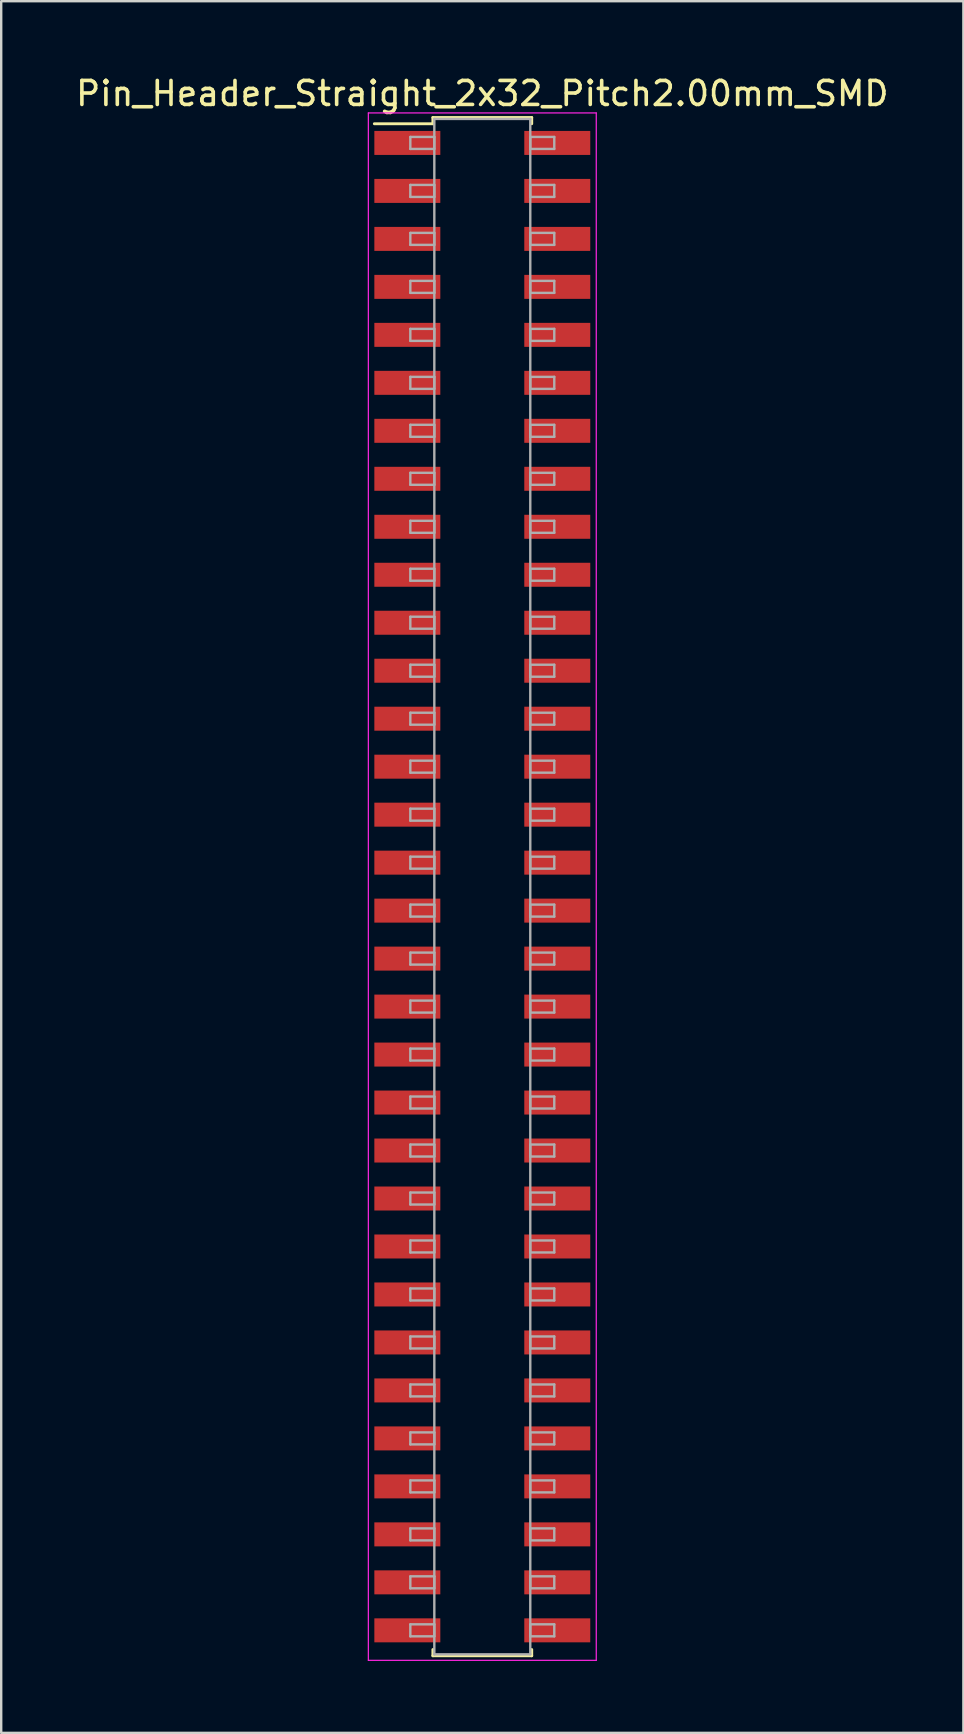
<source format=kicad_pcb>
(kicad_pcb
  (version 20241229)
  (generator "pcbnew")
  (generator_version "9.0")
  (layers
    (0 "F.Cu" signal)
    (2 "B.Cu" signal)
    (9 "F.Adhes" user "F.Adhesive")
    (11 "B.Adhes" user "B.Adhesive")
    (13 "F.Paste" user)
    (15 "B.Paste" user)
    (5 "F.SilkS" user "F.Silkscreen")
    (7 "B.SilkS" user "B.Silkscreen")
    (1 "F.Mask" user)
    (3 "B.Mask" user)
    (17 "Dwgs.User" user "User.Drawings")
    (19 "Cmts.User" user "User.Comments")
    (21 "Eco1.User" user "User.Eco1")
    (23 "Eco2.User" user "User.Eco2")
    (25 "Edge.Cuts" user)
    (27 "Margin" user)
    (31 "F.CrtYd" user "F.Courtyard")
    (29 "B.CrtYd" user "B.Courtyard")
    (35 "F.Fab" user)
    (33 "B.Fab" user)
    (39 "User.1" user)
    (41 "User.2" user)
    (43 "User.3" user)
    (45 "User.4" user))
  (footprint "Pin_Header_Straight_2x32_Pitch2.00mm_SMD"
    (layer "F.Cu")
    (at 17.054 33.908)
    (property "Reference" "Pin_Header_Straight_2x32_Pitch2.00mm_SMD" (at 0 -33.06 0) (layer "F.SilkS") (effects (font (size 1 1) (thickness 0.15))))
    (attr smd)
    (fp_line (start -4.5 -31.8) (end -2.06 -31.8) (stroke (width 0.12) (type solid)) (layer "F.SilkS"))
    (fp_line (start -2.06 -32.06) (end 2.06 -32.06) (stroke (width 0.12) (type solid)) (layer "F.SilkS"))
    (fp_line (start -2.06 -31.8) (end -2.06 -32.06) (stroke (width 0.12) (type solid)) (layer "F.SilkS"))
    (fp_line (start -2.06 31.8) (end -2.06 32.06) (stroke (width 0.12) (type solid)) (layer "F.SilkS"))
    (fp_line (start -2.06 32.06) (end 2.06 32.06) (stroke (width 0.12) (type solid)) (layer "F.SilkS"))
    (fp_line (start 2.06 -32.06) (end 2.06 -31.8) (stroke (width 0.12) (type solid)) (layer "F.SilkS"))
    (fp_line (start 2.06 32.06) (end 2.06 31.8) (stroke (width 0.12) (type solid)) (layer "F.SilkS"))
    (fp_line (start -4.75 -32.25) (end -4.75 32.25) (stroke (width 0.05) (type solid)) (layer "F.CrtYd"))
    (fp_line (start -4.75 32.25) (end 4.75 32.25) (stroke (width 0.05) (type solid)) (layer "F.CrtYd"))
    (fp_line (start 4.75 -32.25) (end -4.75 -32.25) (stroke (width 0.05) (type solid)) (layer "F.CrtYd"))
    (fp_line (start 4.75 32.25) (end 4.75 -32.25) (stroke (width 0.05) (type solid)) (layer "F.CrtYd"))
    (fp_line (start -3 -31.25) (end -2 -31.25) (stroke (width 0.1) (type solid)) (layer "F.Fab"))
    (fp_line (start -3 -30.75) (end -3 -31.25) (stroke (width 0.1) (type solid)) (layer "F.Fab"))
    (fp_line (start -3 -29.25) (end -2 -29.25) (stroke (width 0.1) (type solid)) (layer "F.Fab"))
    (fp_line (start -3 -28.75) (end -3 -29.25) (stroke (width 0.1) (type solid)) (layer "F.Fab"))
    (fp_line (start -3 -27.25) (end -2 -27.25) (stroke (width 0.1) (type solid)) (layer "F.Fab"))
    (fp_line (start -3 -26.75) (end -3 -27.25) (stroke (width 0.1) (type solid)) (layer "F.Fab"))
    (fp_line (start -3 -25.25) (end -2 -25.25) (stroke (width 0.1) (type solid)) (layer "F.Fab"))
    (fp_line (start -3 -24.75) (end -3 -25.25) (stroke (width 0.1) (type solid)) (layer "F.Fab"))
    (fp_line (start -3 -23.25) (end -2 -23.25) (stroke (width 0.1) (type solid)) (layer "F.Fab"))
    (fp_line (start -3 -22.75) (end -3 -23.25) (stroke (width 0.1) (type solid)) (layer "F.Fab"))
    (fp_line (start -3 -21.25) (end -2 -21.25) (stroke (width 0.1) (type solid)) (layer "F.Fab"))
    (fp_line (start -3 -20.75) (end -3 -21.25) (stroke (width 0.1) (type solid)) (layer "F.Fab"))
    (fp_line (start -3 -19.25) (end -2 -19.25) (stroke (width 0.1) (type solid)) (layer "F.Fab"))
    (fp_line (start -3 -18.75) (end -3 -19.25) (stroke (width 0.1) (type solid)) (layer "F.Fab"))
    (fp_line (start -3 -17.25) (end -2 -17.25) (stroke (width 0.1) (type solid)) (layer "F.Fab"))
    (fp_line (start -3 -16.75) (end -3 -17.25) (stroke (width 0.1) (type solid)) (layer "F.Fab"))
    (fp_line (start -3 -15.25) (end -2 -15.25) (stroke (width 0.1) (type solid)) (layer "F.Fab"))
    (fp_line (start -3 -14.75) (end -3 -15.25) (stroke (width 0.1) (type solid)) (layer "F.Fab"))
    (fp_line (start -3 -13.25) (end -2 -13.25) (stroke (width 0.1) (type solid)) (layer "F.Fab"))
    (fp_line (start -3 -12.75) (end -3 -13.25) (stroke (width 0.1) (type solid)) (layer "F.Fab"))
    (fp_line (start -3 -11.25) (end -2 -11.25) (stroke (width 0.1) (type solid)) (layer "F.Fab"))
    (fp_line (start -3 -10.75) (end -3 -11.25) (stroke (width 0.1) (type solid)) (layer "F.Fab"))
    (fp_line (start -3 -9.25) (end -2 -9.25) (stroke (width 0.1) (type solid)) (layer "F.Fab"))
    (fp_line (start -3 -8.75) (end -3 -9.25) (stroke (width 0.1) (type solid)) (layer "F.Fab"))
    (fp_line (start -3 -7.25) (end -2 -7.25) (stroke (width 0.1) (type solid)) (layer "F.Fab"))
    (fp_line (start -3 -6.75) (end -3 -7.25) (stroke (width 0.1) (type solid)) (layer "F.Fab"))
    (fp_line (start -3 -5.25) (end -2 -5.25) (stroke (width 0.1) (type solid)) (layer "F.Fab"))
    (fp_line (start -3 -4.75) (end -3 -5.25) (stroke (width 0.1) (type solid)) (layer "F.Fab"))
    (fp_line (start -3 -3.25) (end -2 -3.25) (stroke (width 0.1) (type solid)) (layer "F.Fab"))
    (fp_line (start -3 -2.75) (end -3 -3.25) (stroke (width 0.1) (type solid)) (layer "F.Fab"))
    (fp_line (start -3 -1.25) (end -2 -1.25) (stroke (width 0.1) (type solid)) (layer "F.Fab"))
    (fp_line (start -3 -0.75) (end -3 -1.25) (stroke (width 0.1) (type solid)) (layer "F.Fab"))
    (fp_line (start -3 0.75) (end -2 0.75) (stroke (width 0.1) (type solid)) (layer "F.Fab"))
    (fp_line (start -3 1.25) (end -3 0.75) (stroke (width 0.1) (type solid)) (layer "F.Fab"))
    (fp_line (start -3 2.75) (end -2 2.75) (stroke (width 0.1) (type solid)) (layer "F.Fab"))
    (fp_line (start -3 3.25) (end -3 2.75) (stroke (width 0.1) (type solid)) (layer "F.Fab"))
    (fp_line (start -3 4.75) (end -2 4.75) (stroke (width 0.1) (type solid)) (layer "F.Fab"))
    (fp_line (start -3 5.25) (end -3 4.75) (stroke (width 0.1) (type solid)) (layer "F.Fab"))
    (fp_line (start -3 6.75) (end -2 6.75) (stroke (width 0.1) (type solid)) (layer "F.Fab"))
    (fp_line (start -3 7.25) (end -3 6.75) (stroke (width 0.1) (type solid)) (layer "F.Fab"))
    (fp_line (start -3 8.75) (end -2 8.75) (stroke (width 0.1) (type solid)) (layer "F.Fab"))
    (fp_line (start -3 9.25) (end -3 8.75) (stroke (width 0.1) (type solid)) (layer "F.Fab"))
    (fp_line (start -3 10.75) (end -2 10.75) (stroke (width 0.1) (type solid)) (layer "F.Fab"))
    (fp_line (start -3 11.25) (end -3 10.75) (stroke (width 0.1) (type solid)) (layer "F.Fab"))
    (fp_line (start -3 12.75) (end -2 12.75) (stroke (width 0.1) (type solid)) (layer "F.Fab"))
    (fp_line (start -3 13.25) (end -3 12.75) (stroke (width 0.1) (type solid)) (layer "F.Fab"))
    (fp_line (start -3 14.75) (end -2 14.75) (stroke (width 0.1) (type solid)) (layer "F.Fab"))
    (fp_line (start -3 15.25) (end -3 14.75) (stroke (width 0.1) (type solid)) (layer "F.Fab"))
    (fp_line (start -3 16.75) (end -2 16.75) (stroke (width 0.1) (type solid)) (layer "F.Fab"))
    (fp_line (start -3 17.25) (end -3 16.75) (stroke (width 0.1) (type solid)) (layer "F.Fab"))
    (fp_line (start -3 18.75) (end -2 18.75) (stroke (width 0.1) (type solid)) (layer "F.Fab"))
    (fp_line (start -3 19.25) (end -3 18.75) (stroke (width 0.1) (type solid)) (layer "F.Fab"))
    (fp_line (start -3 20.75) (end -2 20.75) (stroke (width 0.1) (type solid)) (layer "F.Fab"))
    (fp_line (start -3 21.25) (end -3 20.75) (stroke (width 0.1) (type solid)) (layer "F.Fab"))
    (fp_line (start -3 22.75) (end -2 22.75) (stroke (width 0.1) (type solid)) (layer "F.Fab"))
    (fp_line (start -3 23.25) (end -3 22.75) (stroke (width 0.1) (type solid)) (layer "F.Fab"))
    (fp_line (start -3 24.75) (end -2 24.75) (stroke (width 0.1) (type solid)) (layer "F.Fab"))
    (fp_line (start -3 25.25) (end -3 24.75) (stroke (width 0.1) (type solid)) (layer "F.Fab"))
    (fp_line (start -3 26.75) (end -2 26.75) (stroke (width 0.1) (type solid)) (layer "F.Fab"))
    (fp_line (start -3 27.25) (end -3 26.75) (stroke (width 0.1) (type solid)) (layer "F.Fab"))
    (fp_line (start -3 28.75) (end -2 28.75) (stroke (width 0.1) (type solid)) (layer "F.Fab"))
    (fp_line (start -3 29.25) (end -3 28.75) (stroke (width 0.1) (type solid)) (layer "F.Fab"))
    (fp_line (start -3 30.75) (end -2 30.75) (stroke (width 0.1) (type solid)) (layer "F.Fab"))
    (fp_line (start -3 31.25) (end -3 30.75) (stroke (width 0.1) (type solid)) (layer "F.Fab"))
    (fp_line (start -2 -32) (end -2 32) (stroke (width 0.1) (type solid)) (layer "F.Fab"))
    (fp_line (start -2 -31.25) (end -2 -30.75) (stroke (width 0.1) (type solid)) (layer "F.Fab"))
    (fp_line (start -2 -30.75) (end -3 -30.75) (stroke (width 0.1) (type solid)) (layer "F.Fab"))
    (fp_line (start -2 -29.25) (end -2 -28.75) (stroke (width 0.1) (type solid)) (layer "F.Fab"))
    (fp_line (start -2 -28.75) (end -3 -28.75) (stroke (width 0.1) (type solid)) (layer "F.Fab"))
    (fp_line (start -2 -27.25) (end -2 -26.75) (stroke (width 0.1) (type solid)) (layer "F.Fab"))
    (fp_line (start -2 -26.75) (end -3 -26.75) (stroke (width 0.1) (type solid)) (layer "F.Fab"))
    (fp_line (start -2 -25.25) (end -2 -24.75) (stroke (width 0.1) (type solid)) (layer "F.Fab"))
    (fp_line (start -2 -24.75) (end -3 -24.75) (stroke (width 0.1) (type solid)) (layer "F.Fab"))
    (fp_line (start -2 -23.25) (end -2 -22.75) (stroke (width 0.1) (type solid)) (layer "F.Fab"))
    (fp_line (start -2 -22.75) (end -3 -22.75) (stroke (width 0.1) (type solid)) (layer "F.Fab"))
    (fp_line (start -2 -21.25) (end -2 -20.75) (stroke (width 0.1) (type solid)) (layer "F.Fab"))
    (fp_line (start -2 -20.75) (end -3 -20.75) (stroke (width 0.1) (type solid)) (layer "F.Fab"))
    (fp_line (start -2 -19.25) (end -2 -18.75) (stroke (width 0.1) (type solid)) (layer "F.Fab"))
    (fp_line (start -2 -18.75) (end -3 -18.75) (stroke (width 0.1) (type solid)) (layer "F.Fab"))
    (fp_line (start -2 -17.25) (end -2 -16.75) (stroke (width 0.1) (type solid)) (layer "F.Fab"))
    (fp_line (start -2 -16.75) (end -3 -16.75) (stroke (width 0.1) (type solid)) (layer "F.Fab"))
    (fp_line (start -2 -15.25) (end -2 -14.75) (stroke (width 0.1) (type solid)) (layer "F.Fab"))
    (fp_line (start -2 -14.75) (end -3 -14.75) (stroke (width 0.1) (type solid)) (layer "F.Fab"))
    (fp_line (start -2 -13.25) (end -2 -12.75) (stroke (width 0.1) (type solid)) (layer "F.Fab"))
    (fp_line (start -2 -12.75) (end -3 -12.75) (stroke (width 0.1) (type solid)) (layer "F.Fab"))
    (fp_line (start -2 -11.25) (end -2 -10.75) (stroke (width 0.1) (type solid)) (layer "F.Fab"))
    (fp_line (start -2 -10.75) (end -3 -10.75) (stroke (width 0.1) (type solid)) (layer "F.Fab"))
    (fp_line (start -2 -9.25) (end -2 -8.75) (stroke (width 0.1) (type solid)) (layer "F.Fab"))
    (fp_line (start -2 -8.75) (end -3 -8.75) (stroke (width 0.1) (type solid)) (layer "F.Fab"))
    (fp_line (start -2 -7.25) (end -2 -6.75) (stroke (width 0.1) (type solid)) (layer "F.Fab"))
    (fp_line (start -2 -6.75) (end -3 -6.75) (stroke (width 0.1) (type solid)) (layer "F.Fab"))
    (fp_line (start -2 -5.25) (end -2 -4.75) (stroke (width 0.1) (type solid)) (layer "F.Fab"))
    (fp_line (start -2 -4.75) (end -3 -4.75) (stroke (width 0.1) (type solid)) (layer "F.Fab"))
    (fp_line (start -2 -3.25) (end -2 -2.75) (stroke (width 0.1) (type solid)) (layer "F.Fab"))
    (fp_line (start -2 -2.75) (end -3 -2.75) (stroke (width 0.1) (type solid)) (layer "F.Fab"))
    (fp_line (start -2 -1.25) (end -2 -0.75) (stroke (width 0.1) (type solid)) (layer "F.Fab"))
    (fp_line (start -2 -0.75) (end -3 -0.75) (stroke (width 0.1) (type solid)) (layer "F.Fab"))
    (fp_line (start -2 0.75) (end -2 1.25) (stroke (width 0.1) (type solid)) (layer "F.Fab"))
    (fp_line (start -2 1.25) (end -3 1.25) (stroke (width 0.1) (type solid)) (layer "F.Fab"))
    (fp_line (start -2 2.75) (end -2 3.25) (stroke (width 0.1) (type solid)) (layer "F.Fab"))
    (fp_line (start -2 3.25) (end -3 3.25) (stroke (width 0.1) (type solid)) (layer "F.Fab"))
    (fp_line (start -2 4.75) (end -2 5.25) (stroke (width 0.1) (type solid)) (layer "F.Fab"))
    (fp_line (start -2 5.25) (end -3 5.25) (stroke (width 0.1) (type solid)) (layer "F.Fab"))
    (fp_line (start -2 6.75) (end -2 7.25) (stroke (width 0.1) (type solid)) (layer "F.Fab"))
    (fp_line (start -2 7.25) (end -3 7.25) (stroke (width 0.1) (type solid)) (layer "F.Fab"))
    (fp_line (start -2 8.75) (end -2 9.25) (stroke (width 0.1) (type solid)) (layer "F.Fab"))
    (fp_line (start -2 9.25) (end -3 9.25) (stroke (width 0.1) (type solid)) (layer "F.Fab"))
    (fp_line (start -2 10.75) (end -2 11.25) (stroke (width 0.1) (type solid)) (layer "F.Fab"))
    (fp_line (start -2 11.25) (end -3 11.25) (stroke (width 0.1) (type solid)) (layer "F.Fab"))
    (fp_line (start -2 12.75) (end -2 13.25) (stroke (width 0.1) (type solid)) (layer "F.Fab"))
    (fp_line (start -2 13.25) (end -3 13.25) (stroke (width 0.1) (type solid)) (layer "F.Fab"))
    (fp_line (start -2 14.75) (end -2 15.25) (stroke (width 0.1) (type solid)) (layer "F.Fab"))
    (fp_line (start -2 15.25) (end -3 15.25) (stroke (width 0.1) (type solid)) (layer "F.Fab"))
    (fp_line (start -2 16.75) (end -2 17.25) (stroke (width 0.1) (type solid)) (layer "F.Fab"))
    (fp_line (start -2 17.25) (end -3 17.25) (stroke (width 0.1) (type solid)) (layer "F.Fab"))
    (fp_line (start -2 18.75) (end -2 19.25) (stroke (width 0.1) (type solid)) (layer "F.Fab"))
    (fp_line (start -2 19.25) (end -3 19.25) (stroke (width 0.1) (type solid)) (layer "F.Fab"))
    (fp_line (start -2 20.75) (end -2 21.25) (stroke (width 0.1) (type solid)) (layer "F.Fab"))
    (fp_line (start -2 21.25) (end -3 21.25) (stroke (width 0.1) (type solid)) (layer "F.Fab"))
    (fp_line (start -2 22.75) (end -2 23.25) (stroke (width 0.1) (type solid)) (layer "F.Fab"))
    (fp_line (start -2 23.25) (end -3 23.25) (stroke (width 0.1) (type solid)) (layer "F.Fab"))
    (fp_line (start -2 24.75) (end -2 25.25) (stroke (width 0.1) (type solid)) (layer "F.Fab"))
    (fp_line (start -2 25.25) (end -3 25.25) (stroke (width 0.1) (type solid)) (layer "F.Fab"))
    (fp_line (start -2 26.75) (end -2 27.25) (stroke (width 0.1) (type solid)) (layer "F.Fab"))
    (fp_line (start -2 27.25) (end -3 27.25) (stroke (width 0.1) (type solid)) (layer "F.Fab"))
    (fp_line (start -2 28.75) (end -2 29.25) (stroke (width 0.1) (type solid)) (layer "F.Fab"))
    (fp_line (start -2 29.25) (end -3 29.25) (stroke (width 0.1) (type solid)) (layer "F.Fab"))
    (fp_line (start -2 30.75) (end -2 31.25) (stroke (width 0.1) (type solid)) (layer "F.Fab"))
    (fp_line (start -2 31.25) (end -3 31.25) (stroke (width 0.1) (type solid)) (layer "F.Fab"))
    (fp_line (start -2 32) (end 2 32) (stroke (width 0.1) (type solid)) (layer "F.Fab"))
    (fp_line (start 2 -32) (end -2 -32) (stroke (width 0.1) (type solid)) (layer "F.Fab"))
    (fp_line (start 2 -31.25) (end 2 -30.75) (stroke (width 0.1) (type solid)) (layer "F.Fab"))
    (fp_line (start 2 -30.75) (end 3 -30.75) (stroke (width 0.1) (type solid)) (layer "F.Fab"))
    (fp_line (start 2 -29.25) (end 2 -28.75) (stroke (width 0.1) (type solid)) (layer "F.Fab"))
    (fp_line (start 2 -28.75) (end 3 -28.75) (stroke (width 0.1) (type solid)) (layer "F.Fab"))
    (fp_line (start 2 -27.25) (end 2 -26.75) (stroke (width 0.1) (type solid)) (layer "F.Fab"))
    (fp_line (start 2 -26.75) (end 3 -26.75) (stroke (width 0.1) (type solid)) (layer "F.Fab"))
    (fp_line (start 2 -25.25) (end 2 -24.75) (stroke (width 0.1) (type solid)) (layer "F.Fab"))
    (fp_line (start 2 -24.75) (end 3 -24.75) (stroke (width 0.1) (type solid)) (layer "F.Fab"))
    (fp_line (start 2 -23.25) (end 2 -22.75) (stroke (width 0.1) (type solid)) (layer "F.Fab"))
    (fp_line (start 2 -22.75) (end 3 -22.75) (stroke (width 0.1) (type solid)) (layer "F.Fab"))
    (fp_line (start 2 -21.25) (end 2 -20.75) (stroke (width 0.1) (type solid)) (layer "F.Fab"))
    (fp_line (start 2 -20.75) (end 3 -20.75) (stroke (width 0.1) (type solid)) (layer "F.Fab"))
    (fp_line (start 2 -19.25) (end 2 -18.75) (stroke (width 0.1) (type solid)) (layer "F.Fab"))
    (fp_line (start 2 -18.75) (end 3 -18.75) (stroke (width 0.1) (type solid)) (layer "F.Fab"))
    (fp_line (start 2 -17.25) (end 2 -16.75) (stroke (width 0.1) (type solid)) (layer "F.Fab"))
    (fp_line (start 2 -16.75) (end 3 -16.75) (stroke (width 0.1) (type solid)) (layer "F.Fab"))
    (fp_line (start 2 -15.25) (end 2 -14.75) (stroke (width 0.1) (type solid)) (layer "F.Fab"))
    (fp_line (start 2 -14.75) (end 3 -14.75) (stroke (width 0.1) (type solid)) (layer "F.Fab"))
    (fp_line (start 2 -13.25) (end 2 -12.75) (stroke (width 0.1) (type solid)) (layer "F.Fab"))
    (fp_line (start 2 -12.75) (end 3 -12.75) (stroke (width 0.1) (type solid)) (layer "F.Fab"))
    (fp_line (start 2 -11.25) (end 2 -10.75) (stroke (width 0.1) (type solid)) (layer "F.Fab"))
    (fp_line (start 2 -10.75) (end 3 -10.75) (stroke (width 0.1) (type solid)) (layer "F.Fab"))
    (fp_line (start 2 -9.25) (end 2 -8.75) (stroke (width 0.1) (type solid)) (layer "F.Fab"))
    (fp_line (start 2 -8.75) (end 3 -8.75) (stroke (width 0.1) (type solid)) (layer "F.Fab"))
    (fp_line (start 2 -7.25) (end 2 -6.75) (stroke (width 0.1) (type solid)) (layer "F.Fab"))
    (fp_line (start 2 -6.75) (end 3 -6.75) (stroke (width 0.1) (type solid)) (layer "F.Fab"))
    (fp_line (start 2 -5.25) (end 2 -4.75) (stroke (width 0.1) (type solid)) (layer "F.Fab"))
    (fp_line (start 2 -4.75) (end 3 -4.75) (stroke (width 0.1) (type solid)) (layer "F.Fab"))
    (fp_line (start 2 -3.25) (end 2 -2.75) (stroke (width 0.1) (type solid)) (layer "F.Fab"))
    (fp_line (start 2 -2.75) (end 3 -2.75) (stroke (width 0.1) (type solid)) (layer "F.Fab"))
    (fp_line (start 2 -1.25) (end 2 -0.75) (stroke (width 0.1) (type solid)) (layer "F.Fab"))
    (fp_line (start 2 -0.75) (end 3 -0.75) (stroke (width 0.1) (type solid)) (layer "F.Fab"))
    (fp_line (start 2 0.75) (end 2 1.25) (stroke (width 0.1) (type solid)) (layer "F.Fab"))
    (fp_line (start 2 1.25) (end 3 1.25) (stroke (width 0.1) (type solid)) (layer "F.Fab"))
    (fp_line (start 2 2.75) (end 2 3.25) (stroke (width 0.1) (type solid)) (layer "F.Fab"))
    (fp_line (start 2 3.25) (end 3 3.25) (stroke (width 0.1) (type solid)) (layer "F.Fab"))
    (fp_line (start 2 4.75) (end 2 5.25) (stroke (width 0.1) (type solid)) (layer "F.Fab"))
    (fp_line (start 2 5.25) (end 3 5.25) (stroke (width 0.1) (type solid)) (layer "F.Fab"))
    (fp_line (start 2 6.75) (end 2 7.25) (stroke (width 0.1) (type solid)) (layer "F.Fab"))
    (fp_line (start 2 7.25) (end 3 7.25) (stroke (width 0.1) (type solid)) (layer "F.Fab"))
    (fp_line (start 2 8.75) (end 2 9.25) (stroke (width 0.1) (type solid)) (layer "F.Fab"))
    (fp_line (start 2 9.25) (end 3 9.25) (stroke (width 0.1) (type solid)) (layer "F.Fab"))
    (fp_line (start 2 10.75) (end 2 11.25) (stroke (width 0.1) (type solid)) (layer "F.Fab"))
    (fp_line (start 2 11.25) (end 3 11.25) (stroke (width 0.1) (type solid)) (layer "F.Fab"))
    (fp_line (start 2 12.75) (end 2 13.25) (stroke (width 0.1) (type solid)) (layer "F.Fab"))
    (fp_line (start 2 13.25) (end 3 13.25) (stroke (width 0.1) (type solid)) (layer "F.Fab"))
    (fp_line (start 2 14.75) (end 2 15.25) (stroke (width 0.1) (type solid)) (layer "F.Fab"))
    (fp_line (start 2 15.25) (end 3 15.25) (stroke (width 0.1) (type solid)) (layer "F.Fab"))
    (fp_line (start 2 16.75) (end 2 17.25) (stroke (width 0.1) (type solid)) (layer "F.Fab"))
    (fp_line (start 2 17.25) (end 3 17.25) (stroke (width 0.1) (type solid)) (layer "F.Fab"))
    (fp_line (start 2 18.75) (end 2 19.25) (stroke (width 0.1) (type solid)) (layer "F.Fab"))
    (fp_line (start 2 19.25) (end 3 19.25) (stroke (width 0.1) (type solid)) (layer "F.Fab"))
    (fp_line (start 2 20.75) (end 2 21.25) (stroke (width 0.1) (type solid)) (layer "F.Fab"))
    (fp_line (start 2 21.25) (end 3 21.25) (stroke (width 0.1) (type solid)) (layer "F.Fab"))
    (fp_line (start 2 22.75) (end 2 23.25) (stroke (width 0.1) (type solid)) (layer "F.Fab"))
    (fp_line (start 2 23.25) (end 3 23.25) (stroke (width 0.1) (type solid)) (layer "F.Fab"))
    (fp_line (start 2 24.75) (end 2 25.25) (stroke (width 0.1) (type solid)) (layer "F.Fab"))
    (fp_line (start 2 25.25) (end 3 25.25) (stroke (width 0.1) (type solid)) (layer "F.Fab"))
    (fp_line (start 2 26.75) (end 2 27.25) (stroke (width 0.1) (type solid)) (layer "F.Fab"))
    (fp_line (start 2 27.25) (end 3 27.25) (stroke (width 0.1) (type solid)) (layer "F.Fab"))
    (fp_line (start 2 28.75) (end 2 29.25) (stroke (width 0.1) (type solid)) (layer "F.Fab"))
    (fp_line (start 2 29.25) (end 3 29.25) (stroke (width 0.1) (type solid)) (layer "F.Fab"))
    (fp_line (start 2 30.75) (end 2 31.25) (stroke (width 0.1) (type solid)) (layer "F.Fab"))
    (fp_line (start 2 31.25) (end 3 31.25) (stroke (width 0.1) (type solid)) (layer "F.Fab"))
    (fp_line (start 2 32) (end 2 -32) (stroke (width 0.1) (type solid)) (layer "F.Fab"))
    (fp_line (start 3 -31.25) (end 2 -31.25) (stroke (width 0.1) (type solid)) (layer "F.Fab"))
    (fp_line (start 3 -30.75) (end 3 -31.25) (stroke (width 0.1) (type solid)) (layer "F.Fab"))
    (fp_line (start 3 -29.25) (end 2 -29.25) (stroke (width 0.1) (type solid)) (layer "F.Fab"))
    (fp_line (start 3 -28.75) (end 3 -29.25) (stroke (width 0.1) (type solid)) (layer "F.Fab"))
    (fp_line (start 3 -27.25) (end 2 -27.25) (stroke (width 0.1) (type solid)) (layer "F.Fab"))
    (fp_line (start 3 -26.75) (end 3 -27.25) (stroke (width 0.1) (type solid)) (layer "F.Fab"))
    (fp_line (start 3 -25.25) (end 2 -25.25) (stroke (width 0.1) (type solid)) (layer "F.Fab"))
    (fp_line (start 3 -24.75) (end 3 -25.25) (stroke (width 0.1) (type solid)) (layer "F.Fab"))
    (fp_line (start 3 -23.25) (end 2 -23.25) (stroke (width 0.1) (type solid)) (layer "F.Fab"))
    (fp_line (start 3 -22.75) (end 3 -23.25) (stroke (width 0.1) (type solid)) (layer "F.Fab"))
    (fp_line (start 3 -21.25) (end 2 -21.25) (stroke (width 0.1) (type solid)) (layer "F.Fab"))
    (fp_line (start 3 -20.75) (end 3 -21.25) (stroke (width 0.1) (type solid)) (layer "F.Fab"))
    (fp_line (start 3 -19.25) (end 2 -19.25) (stroke (width 0.1) (type solid)) (layer "F.Fab"))
    (fp_line (start 3 -18.75) (end 3 -19.25) (stroke (width 0.1) (type solid)) (layer "F.Fab"))
    (fp_line (start 3 -17.25) (end 2 -17.25) (stroke (width 0.1) (type solid)) (layer "F.Fab"))
    (fp_line (start 3 -16.75) (end 3 -17.25) (stroke (width 0.1) (type solid)) (layer "F.Fab"))
    (fp_line (start 3 -15.25) (end 2 -15.25) (stroke (width 0.1) (type solid)) (layer "F.Fab"))
    (fp_line (start 3 -14.75) (end 3 -15.25) (stroke (width 0.1) (type solid)) (layer "F.Fab"))
    (fp_line (start 3 -13.25) (end 2 -13.25) (stroke (width 0.1) (type solid)) (layer "F.Fab"))
    (fp_line (start 3 -12.75) (end 3 -13.25) (stroke (width 0.1) (type solid)) (layer "F.Fab"))
    (fp_line (start 3 -11.25) (end 2 -11.25) (stroke (width 0.1) (type solid)) (layer "F.Fab"))
    (fp_line (start 3 -10.75) (end 3 -11.25) (stroke (width 0.1) (type solid)) (layer "F.Fab"))
    (fp_line (start 3 -9.25) (end 2 -9.25) (stroke (width 0.1) (type solid)) (layer "F.Fab"))
    (fp_line (start 3 -8.75) (end 3 -9.25) (stroke (width 0.1) (type solid)) (layer "F.Fab"))
    (fp_line (start 3 -7.25) (end 2 -7.25) (stroke (width 0.1) (type solid)) (layer "F.Fab"))
    (fp_line (start 3 -6.75) (end 3 -7.25) (stroke (width 0.1) (type solid)) (layer "F.Fab"))
    (fp_line (start 3 -5.25) (end 2 -5.25) (stroke (width 0.1) (type solid)) (layer "F.Fab"))
    (fp_line (start 3 -4.75) (end 3 -5.25) (stroke (width 0.1) (type solid)) (layer "F.Fab"))
    (fp_line (start 3 -3.25) (end 2 -3.25) (stroke (width 0.1) (type solid)) (layer "F.Fab"))
    (fp_line (start 3 -2.75) (end 3 -3.25) (stroke (width 0.1) (type solid)) (layer "F.Fab"))
    (fp_line (start 3 -1.25) (end 2 -1.25) (stroke (width 0.1) (type solid)) (layer "F.Fab"))
    (fp_line (start 3 -0.75) (end 3 -1.25) (stroke (width 0.1) (type solid)) (layer "F.Fab"))
    (fp_line (start 3 0.75) (end 2 0.75) (stroke (width 0.1) (type solid)) (layer "F.Fab"))
    (fp_line (start 3 1.25) (end 3 0.75) (stroke (width 0.1) (type solid)) (layer "F.Fab"))
    (fp_line (start 3 2.75) (end 2 2.75) (stroke (width 0.1) (type solid)) (layer "F.Fab"))
    (fp_line (start 3 3.25) (end 3 2.75) (stroke (width 0.1) (type solid)) (layer "F.Fab"))
    (fp_line (start 3 4.75) (end 2 4.75) (stroke (width 0.1) (type solid)) (layer "F.Fab"))
    (fp_line (start 3 5.25) (end 3 4.75) (stroke (width 0.1) (type solid)) (layer "F.Fab"))
    (fp_line (start 3 6.75) (end 2 6.75) (stroke (width 0.1) (type solid)) (layer "F.Fab"))
    (fp_line (start 3 7.25) (end 3 6.75) (stroke (width 0.1) (type solid)) (layer "F.Fab"))
    (fp_line (start 3 8.75) (end 2 8.75) (stroke (width 0.1) (type solid)) (layer "F.Fab"))
    (fp_line (start 3 9.25) (end 3 8.75) (stroke (width 0.1) (type solid)) (layer "F.Fab"))
    (fp_line (start 3 10.75) (end 2 10.75) (stroke (width 0.1) (type solid)) (layer "F.Fab"))
    (fp_line (start 3 11.25) (end 3 10.75) (stroke (width 0.1) (type solid)) (layer "F.Fab"))
    (fp_line (start 3 12.75) (end 2 12.75) (stroke (width 0.1) (type solid)) (layer "F.Fab"))
    (fp_line (start 3 13.25) (end 3 12.75) (stroke (width 0.1) (type solid)) (layer "F.Fab"))
    (fp_line (start 3 14.75) (end 2 14.75) (stroke (width 0.1) (type solid)) (layer "F.Fab"))
    (fp_line (start 3 15.25) (end 3 14.75) (stroke (width 0.1) (type solid)) (layer "F.Fab"))
    (fp_line (start 3 16.75) (end 2 16.75) (stroke (width 0.1) (type solid)) (layer "F.Fab"))
    (fp_line (start 3 17.25) (end 3 16.75) (stroke (width 0.1) (type solid)) (layer "F.Fab"))
    (fp_line (start 3 18.75) (end 2 18.75) (stroke (width 0.1) (type solid)) (layer "F.Fab"))
    (fp_line (start 3 19.25) (end 3 18.75) (stroke (width 0.1) (type solid)) (layer "F.Fab"))
    (fp_line (start 3 20.75) (end 2 20.75) (stroke (width 0.1) (type solid)) (layer "F.Fab"))
    (fp_line (start 3 21.25) (end 3 20.75) (stroke (width 0.1) (type solid)) (layer "F.Fab"))
    (fp_line (start 3 22.75) (end 2 22.75) (stroke (width 0.1) (type solid)) (layer "F.Fab"))
    (fp_line (start 3 23.25) (end 3 22.75) (stroke (width 0.1) (type solid)) (layer "F.Fab"))
    (fp_line (start 3 24.75) (end 2 24.75) (stroke (width 0.1) (type solid)) (layer "F.Fab"))
    (fp_line (start 3 25.25) (end 3 24.75) (stroke (width 0.1) (type solid)) (layer "F.Fab"))
    (fp_line (start 3 26.75) (end 2 26.75) (stroke (width 0.1) (type solid)) (layer "F.Fab"))
    (fp_line (start 3 27.25) (end 3 26.75) (stroke (width 0.1) (type solid)) (layer "F.Fab"))
    (fp_line (start 3 28.75) (end 2 28.75) (stroke (width 0.1) (type solid)) (layer "F.Fab"))
    (fp_line (start 3 29.25) (end 3 28.75) (stroke (width 0.1) (type solid)) (layer "F.Fab"))
    (fp_line (start 3 30.75) (end 2 30.75) (stroke (width 0.1) (type solid)) (layer "F.Fab"))
    (fp_line (start 3 31.25) (end 3 30.75) (stroke (width 0.1) (type solid)) (layer "F.Fab"))
    (pad "1" smd rect (at -3.125 -31) (size 2.75 1) (layers "F.Cu" "F.Mask"))
    (pad "2" smd rect (at 3.125 -31) (size 2.75 1) (layers "F.Cu" "F.Mask"))
    (pad "3" smd rect (at -3.125 -29) (size 2.75 1) (layers "F.Cu" "F.Mask"))
    (pad "4" smd rect (at 3.125 -29) (size 2.75 1) (layers "F.Cu" "F.Mask"))
    (pad "5" smd rect (at -3.125 -27) (size 2.75 1) (layers "F.Cu" "F.Mask"))
    (pad "6" smd rect (at 3.125 -27) (size 2.75 1) (layers "F.Cu" "F.Mask"))
    (pad "7" smd rect (at -3.125 -25) (size 2.75 1) (layers "F.Cu" "F.Mask"))
    (pad "8" smd rect (at 3.125 -25) (size 2.75 1) (layers "F.Cu" "F.Mask"))
    (pad "9" smd rect (at -3.125 -23) (size 2.75 1) (layers "F.Cu" "F.Mask"))
    (pad "10" smd rect (at 3.125 -23) (size 2.75 1) (layers "F.Cu" "F.Mask"))
    (pad "11" smd rect (at -3.125 -21) (size 2.75 1) (layers "F.Cu" "F.Mask"))
    (pad "12" smd rect (at 3.125 -21) (size 2.75 1) (layers "F.Cu" "F.Mask"))
    (pad "13" smd rect (at -3.125 -19) (size 2.75 1) (layers "F.Cu" "F.Mask"))
    (pad "14" smd rect (at 3.125 -19) (size 2.75 1) (layers "F.Cu" "F.Mask"))
    (pad "15" smd rect (at -3.125 -17) (size 2.75 1) (layers "F.Cu" "F.Mask"))
    (pad "16" smd rect (at 3.125 -17) (size 2.75 1) (layers "F.Cu" "F.Mask"))
    (pad "17" smd rect (at -3.125 -15) (size 2.75 1) (layers "F.Cu" "F.Mask"))
    (pad "18" smd rect (at 3.125 -15) (size 2.75 1) (layers "F.Cu" "F.Mask"))
    (pad "19" smd rect (at -3.125 -13) (size 2.75 1) (layers "F.Cu" "F.Mask"))
    (pad "20" smd rect (at 3.125 -13) (size 2.75 1) (layers "F.Cu" "F.Mask"))
    (pad "21" smd rect (at -3.125 -11) (size 2.75 1) (layers "F.Cu" "F.Mask"))
    (pad "22" smd rect (at 3.125 -11) (size 2.75 1) (layers "F.Cu" "F.Mask"))
    (pad "23" smd rect (at -3.125 -9) (size 2.75 1) (layers "F.Cu" "F.Mask"))
    (pad "24" smd rect (at 3.125 -9) (size 2.75 1) (layers "F.Cu" "F.Mask"))
    (pad "25" smd rect (at -3.125 -7) (size 2.75 1) (layers "F.Cu" "F.Mask"))
    (pad "26" smd rect (at 3.125 -7) (size 2.75 1) (layers "F.Cu" "F.Mask"))
    (pad "27" smd rect (at -3.125 -5) (size 2.75 1) (layers "F.Cu" "F.Mask"))
    (pad "28" smd rect (at 3.125 -5) (size 2.75 1) (layers "F.Cu" "F.Mask"))
    (pad "29" smd rect (at -3.125 -3) (size 2.75 1) (layers "F.Cu" "F.Mask"))
    (pad "30" smd rect (at 3.125 -3) (size 2.75 1) (layers "F.Cu" "F.Mask"))
    (pad "31" smd rect (at -3.125 -1) (size 2.75 1) (layers "F.Cu" "F.Mask"))
    (pad "32" smd rect (at 3.125 -1) (size 2.75 1) (layers "F.Cu" "F.Mask"))
    (pad "33" smd rect (at -3.125 1) (size 2.75 1) (layers "F.Cu" "F.Mask"))
    (pad "34" smd rect (at 3.125 1) (size 2.75 1) (layers "F.Cu" "F.Mask"))
    (pad "35" smd rect (at -3.125 3) (size 2.75 1) (layers "F.Cu" "F.Mask"))
    (pad "36" smd rect (at 3.125 3) (size 2.75 1) (layers "F.Cu" "F.Mask"))
    (pad "37" smd rect (at -3.125 5) (size 2.75 1) (layers "F.Cu" "F.Mask"))
    (pad "38" smd rect (at 3.125 5) (size 2.75 1) (layers "F.Cu" "F.Mask"))
    (pad "39" smd rect (at -3.125 7) (size 2.75 1) (layers "F.Cu" "F.Mask"))
    (pad "40" smd rect (at 3.125 7) (size 2.75 1) (layers "F.Cu" "F.Mask"))
    (pad "41" smd rect (at -3.125 9) (size 2.75 1) (layers "F.Cu" "F.Mask"))
    (pad "42" smd rect (at 3.125 9) (size 2.75 1) (layers "F.Cu" "F.Mask"))
    (pad "43" smd rect (at -3.125 11) (size 2.75 1) (layers "F.Cu" "F.Mask"))
    (pad "44" smd rect (at 3.125 11) (size 2.75 1) (layers "F.Cu" "F.Mask"))
    (pad "45" smd rect (at -3.125 13) (size 2.75 1) (layers "F.Cu" "F.Mask"))
    (pad "46" smd rect (at 3.125 13) (size 2.75 1) (layers "F.Cu" "F.Mask"))
    (pad "47" smd rect (at -3.125 15) (size 2.75 1) (layers "F.Cu" "F.Mask"))
    (pad "48" smd rect (at 3.125 15) (size 2.75 1) (layers "F.Cu" "F.Mask"))
    (pad "49" smd rect (at -3.125 17) (size 2.75 1) (layers "F.Cu" "F.Mask"))
    (pad "50" smd rect (at 3.125 17) (size 2.75 1) (layers "F.Cu" "F.Mask"))
    (pad "51" smd rect (at -3.125 19) (size 2.75 1) (layers "F.Cu" "F.Mask"))
    (pad "52" smd rect (at 3.125 19) (size 2.75 1) (layers "F.Cu" "F.Mask"))
    (pad "53" smd rect (at -3.125 21) (size 2.75 1) (layers "F.Cu" "F.Mask"))
    (pad "54" smd rect (at 3.125 21) (size 2.75 1) (layers "F.Cu" "F.Mask"))
    (pad "55" smd rect (at -3.125 23) (size 2.75 1) (layers "F.Cu" "F.Mask"))
    (pad "56" smd rect (at 3.125 23) (size 2.75 1) (layers "F.Cu" "F.Mask"))
    (pad "57" smd rect (at -3.125 25) (size 2.75 1) (layers "F.Cu" "F.Mask"))
    (pad "58" smd rect (at 3.125 25) (size 2.75 1) (layers "F.Cu" "F.Mask"))
    (pad "59" smd rect (at -3.125 27) (size 2.75 1) (layers "F.Cu" "F.Mask"))
    (pad "60" smd rect (at 3.125 27) (size 2.75 1) (layers "F.Cu" "F.Mask"))
    (pad "61" smd rect (at -3.125 29) (size 2.75 1) (layers "F.Cu" "F.Mask"))
    (pad "62" smd rect (at 3.125 29) (size 2.75 1) (layers "F.Cu" "F.Mask"))
    (pad "63" smd rect (at -3.125 31) (size 2.75 1) (layers "F.Cu" "F.Mask"))
    (pad "64" smd rect (at 3.125 31) (size 2.75 1) (layers "F.Cu" "F.Mask")))
  (gr_rect
    (start -3 -3)
    (end 37.107 69.183)
    (stroke (width 0.1) (type default))
    (fill no)
    (layer "Edge.Cuts")))
</source>
